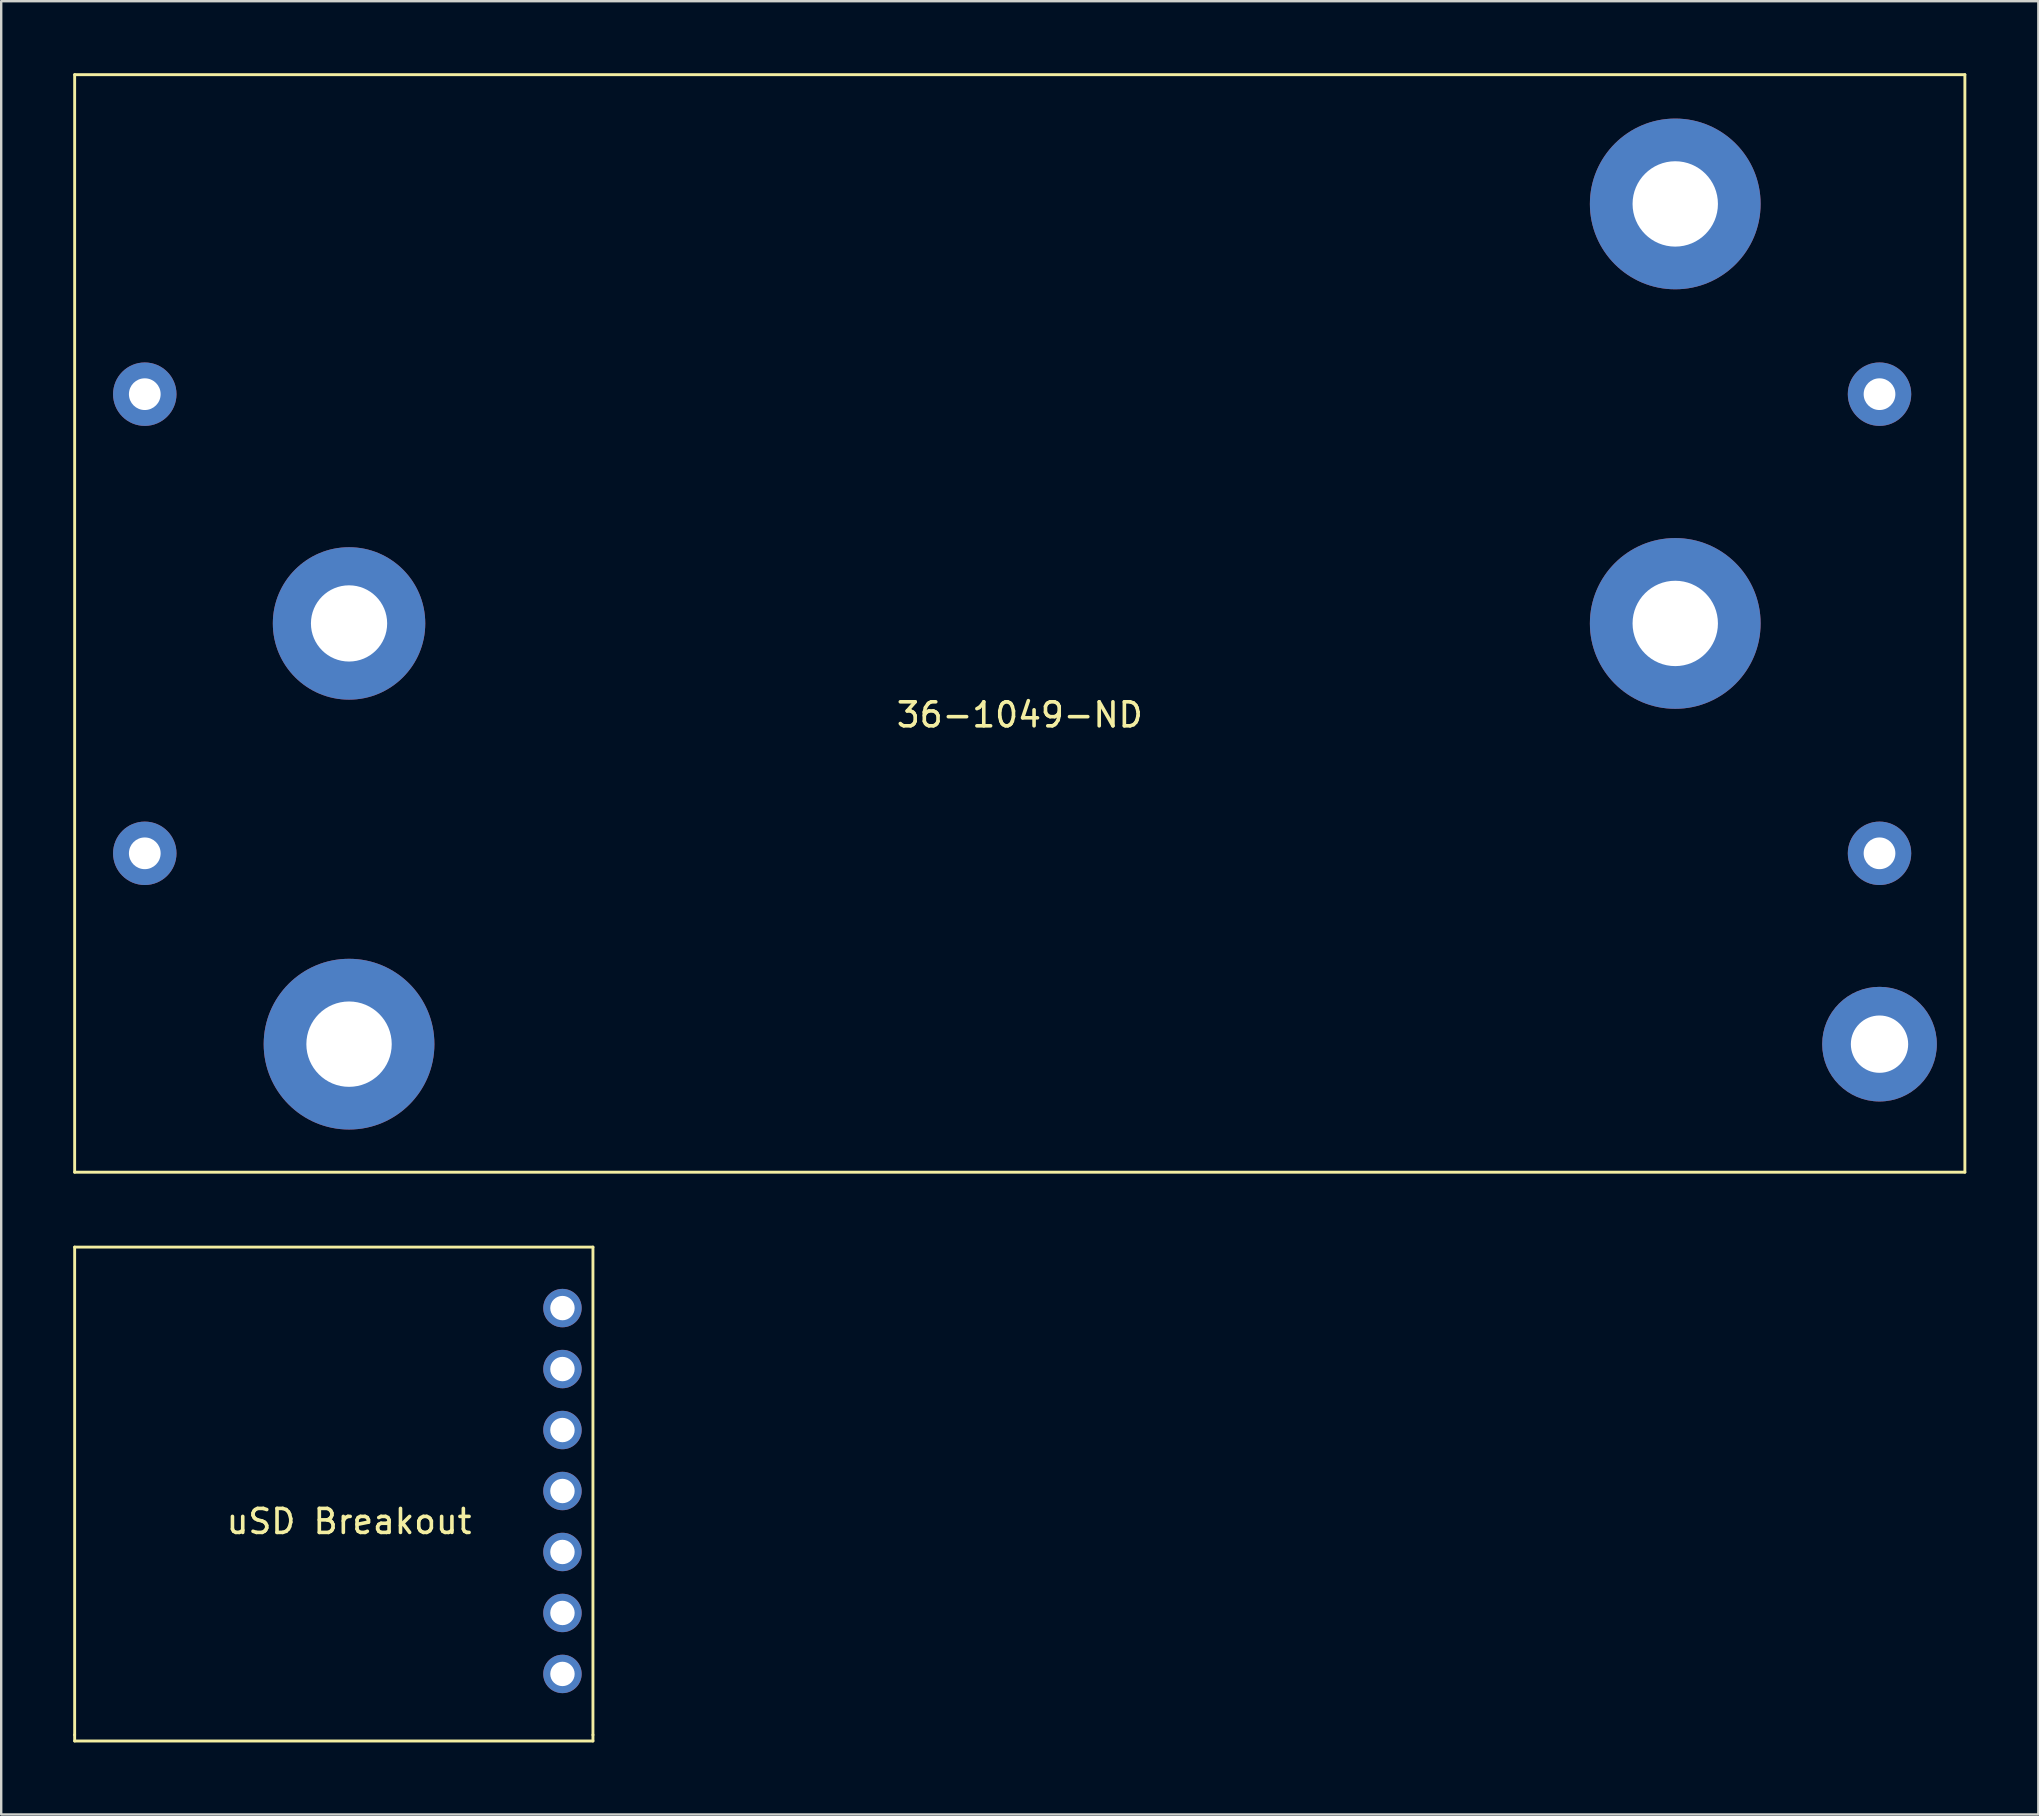
<source format=kicad_pcb>
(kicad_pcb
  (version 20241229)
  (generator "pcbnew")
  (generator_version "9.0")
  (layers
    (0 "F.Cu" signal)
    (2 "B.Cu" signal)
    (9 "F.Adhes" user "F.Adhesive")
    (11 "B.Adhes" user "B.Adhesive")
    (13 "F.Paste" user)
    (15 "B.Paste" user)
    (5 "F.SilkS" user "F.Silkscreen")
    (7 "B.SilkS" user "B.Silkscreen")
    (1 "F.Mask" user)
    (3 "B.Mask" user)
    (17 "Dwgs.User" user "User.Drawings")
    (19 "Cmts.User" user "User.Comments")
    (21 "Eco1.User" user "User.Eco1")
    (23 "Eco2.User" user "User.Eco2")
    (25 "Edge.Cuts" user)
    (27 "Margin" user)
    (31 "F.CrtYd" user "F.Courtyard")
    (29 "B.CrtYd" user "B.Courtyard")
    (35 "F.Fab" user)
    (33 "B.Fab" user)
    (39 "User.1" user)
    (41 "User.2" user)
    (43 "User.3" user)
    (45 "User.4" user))
  (footprint "uSD Breakout"
    (layer "F.Cu")
    (at 11.49 60.33)
    (property "Reference" "uSD Breakout" (at 0 0 0) (layer "F.SilkS") (effects (font (size 1 1) (thickness 0.15))))
    (attr through_hole)
    (fp_line (start -11.43 -11.43) (end -11.43 8.89) (stroke (width 0.12) (type solid)) (layer "F.SilkS"))
    (fp_line (start -11.43 -11.43) (end 10.16 -11.43) (stroke (width 0.12) (type solid)) (layer "F.SilkS"))
    (fp_line (start -11.43 8.89) (end -11.43 9.144) (stroke (width 0.12) (type solid)) (layer "F.SilkS"))
    (fp_line (start -11.43 9.144) (end 10.16 9.144) (stroke (width 0.12) (type solid)) (layer "F.SilkS"))
    (fp_line (start 10.16 -11.43) (end 10.16 8.89) (stroke (width 0.12) (type solid)) (layer "F.SilkS"))
    (fp_line (start 10.16 8.89) (end 10.16 9.144) (stroke (width 0.12) (type solid)) (layer "F.SilkS"))
    (pad "1" thru_hole circle (at 8.89 -8.89) (size 1.6 1.6) (drill 1.016) (layers "*.Cu" "*.Mask"))
    (pad "2" thru_hole circle (at 8.89 -6.35) (size 1.6 1.6) (drill 1.016) (layers "*.Cu" "*.Mask"))
    (pad "3" thru_hole circle (at 8.89 -3.81) (size 1.6 1.6) (drill 1.016) (layers "*.Cu" "*.Mask"))
    (pad "4" thru_hole circle (at 8.89 -1.27) (size 1.6 1.6) (drill 1.016) (layers "*.Cu" "*.Mask"))
    (pad "5" thru_hole circle (at 8.89 1.27) (size 1.6 1.6) (drill 1.016) (layers "*.Cu" "*.Mask"))
    (pad "6" thru_hole circle (at 8.89 3.81) (size 1.6 1.6) (drill 1.016) (layers "*.Cu" "*.Mask"))
    (pad "7" thru_hole circle (at 8.89 6.35) (size 1.6 1.6) (drill 1.016) (layers "*.Cu" "*.Mask")))
  (footprint "36-1049-ND"
    (layer "F.Cu")
    (at 39.43 24.19)
    (property "Reference" "36-1049-ND" (at 0 2.54 0) (layer "F.SilkS") (effects (font (size 1 1) (thickness 0.15))))
    (attr through_hole)
    (fp_line (start -39.37 -24.13) (end 39.37 -24.13) (stroke (width 0.12) (type solid)) (layer "F.SilkS"))
    (fp_line (start -39.37 21.59) (end -39.37 -24.13) (stroke (width 0.12) (type solid)) (layer "F.SilkS"))
    (fp_line (start 39.37 -24.13) (end 39.37 21.59) (stroke (width 0.12) (type solid)) (layer "F.SilkS"))
    (fp_line (start 39.37 21.59) (end -39.37 21.59) (stroke (width 0.12) (type solid)) (layer "F.SilkS"))
    (pad "1" thru_hole circle (at -36.449 -10.82) (size 2.642 2.642) (drill 1.321) (layers "*.Cu" "*.Mask"))
    (pad "2" thru_hole circle (at 35.814 -10.82) (size 2.642 2.642) (drill 1.321) (layers "*.Cu" "*.Mask"))
    (pad "3" thru_hole circle (at 35.814 8.306) (size 2.642 2.642) (drill 1.321) (layers "*.Cu" "*.Mask"))
    (pad "4" thru_hole circle (at -36.449 8.306) (size 2.642 2.642) (drill 1.321) (layers "*.Cu" "*.Mask"))
    (pad "5" thru_hole circle (at -27.94 -1.27) (size 6.35 6.35) (drill 3.175) (layers "*.Cu" "*.Mask"))
    (pad "5" thru_hole circle (at -27.94 16.256) (size 7.112 7.112) (drill 3.556) (layers "*.Cu" "*.Mask"))
    (pad "5" thru_hole circle (at 27.305 -18.745) (size 7.112 7.112) (drill 3.556) (layers "*.Cu" "*.Mask"))
    (pad "5" thru_hole circle (at 27.305 -1.27) (size 7.112 7.112) (drill 3.556) (layers "*.Cu" "*.Mask"))
    (pad "5" thru_hole circle (at 35.814 16.256) (size 4.775 4.775) (drill 2.388) (layers "*.Cu" "*.Mask")))
  (gr_rect
    (start -3 -3)
    (end 81.86 72.534)
    (stroke (width 0.1) (type default))
    (fill no)
    (layer "Edge.Cuts")))
</source>
